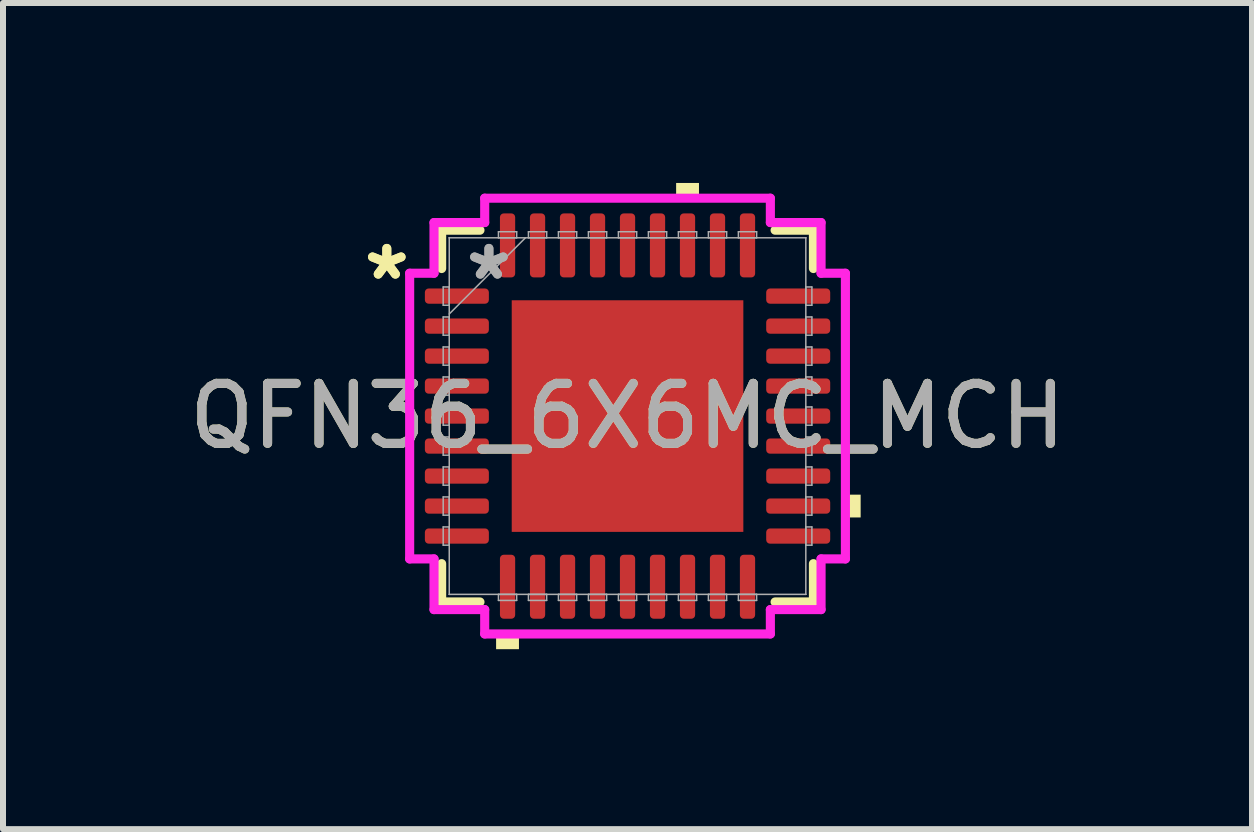
<source format=kicad_pcb>
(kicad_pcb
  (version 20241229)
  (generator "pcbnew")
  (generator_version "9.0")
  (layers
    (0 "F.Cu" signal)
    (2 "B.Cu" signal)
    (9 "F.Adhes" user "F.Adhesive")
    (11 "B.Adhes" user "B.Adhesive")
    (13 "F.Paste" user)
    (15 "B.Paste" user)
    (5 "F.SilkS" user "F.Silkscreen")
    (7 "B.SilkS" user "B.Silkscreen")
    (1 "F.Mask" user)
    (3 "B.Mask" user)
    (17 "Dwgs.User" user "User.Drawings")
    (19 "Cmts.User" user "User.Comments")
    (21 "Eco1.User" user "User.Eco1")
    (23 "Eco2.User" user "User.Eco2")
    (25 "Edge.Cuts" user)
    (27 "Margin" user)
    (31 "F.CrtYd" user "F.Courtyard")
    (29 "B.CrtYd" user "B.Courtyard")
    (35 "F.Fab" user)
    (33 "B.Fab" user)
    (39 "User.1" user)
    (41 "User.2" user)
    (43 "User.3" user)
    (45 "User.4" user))
  (footprint "QFN36_6X6MC_MCH"
    (layer "F.Cu")
    (at 7.411 3.886)
    (property "Reference" "QFN36_6X6MC_MCH" (at 0 0 0) (unlocked yes) (layer "F.SilkS") (effects (font (size 1 1) (thickness 0.15))))
    (attr smd)
    (fp_line (start -3.099 -3.099) (end -3.099 -2.46) (stroke (width 0.152) (type solid)) (layer "F.SilkS"))
    (fp_line (start -3.099 2.46) (end -3.099 3.099) (stroke (width 0.152) (type solid)) (layer "F.SilkS"))
    (fp_line (start -3.099 3.099) (end -2.46 3.099) (stroke (width 0.152) (type solid)) (layer "F.SilkS"))
    (fp_line (start -2.46 -3.099) (end -3.099 -3.099) (stroke (width 0.152) (type solid)) (layer "F.SilkS"))
    (fp_line (start 2.46 3.099) (end 3.099 3.099) (stroke (width 0.152) (type solid)) (layer "F.SilkS"))
    (fp_line (start 3.099 -3.099) (end 2.46 -3.099) (stroke (width 0.152) (type solid)) (layer "F.SilkS"))
    (fp_line (start 3.099 -2.46) (end 3.099 -3.099) (stroke (width 0.152) (type solid)) (layer "F.SilkS"))
    (fp_line (start 3.099 3.099) (end 3.099 2.46) (stroke (width 0.152) (type solid)) (layer "F.SilkS"))
    (fp_poly (pts (xy -2.191 3.632) (xy -2.191 3.886) (xy -1.81 3.886) (xy -1.81 3.632)) (stroke (width 0) (type solid)) (fill yes) (layer "F.SilkS"))
    (fp_poly (pts (xy 0.81 -3.632) (xy 0.81 -3.886) (xy 1.191 -3.886) (xy 1.191 -3.632)) (stroke (width 0) (type solid)) (fill yes) (layer "F.SilkS"))
    (fp_poly (pts (xy 3.886 1.31) (xy 3.886 1.69) (xy 3.632 1.69) (xy 3.632 1.31)) (stroke (width 0) (type solid)) (fill yes) (layer "F.SilkS"))
    (fp_poly (pts (xy -1.83 -1.83) (xy -1.83 -0.743) (xy -0.743 -0.743) (xy -0.743 -1.83)) (stroke (width 0) (type solid)) (fill yes) (layer "F.Paste"))
    (fp_poly (pts (xy -1.83 -0.543) (xy -1.83 0.543) (xy -0.743 0.543) (xy -0.743 -0.543)) (stroke (width 0) (type solid)) (fill yes) (layer "F.Paste"))
    (fp_poly (pts (xy -1.83 0.743) (xy -1.83 1.83) (xy -0.743 1.83) (xy -0.743 0.743)) (stroke (width 0) (type solid)) (fill yes) (layer "F.Paste"))
    (fp_poly (pts (xy -0.543 -1.83) (xy -0.543 -0.743) (xy 0.543 -0.743) (xy 0.543 -1.83)) (stroke (width 0) (type solid)) (fill yes) (layer "F.Paste"))
    (fp_poly (pts (xy -0.543 -0.543) (xy -0.543 0.543) (xy 0.543 0.543) (xy 0.543 -0.543)) (stroke (width 0) (type solid)) (fill yes) (layer "F.Paste"))
    (fp_poly (pts (xy -0.543 0.743) (xy -0.543 1.83) (xy 0.543 1.83) (xy 0.543 0.743)) (stroke (width 0) (type solid)) (fill yes) (layer "F.Paste"))
    (fp_poly (pts (xy 0.743 -1.83) (xy 0.743 -0.743) (xy 1.83 -0.743) (xy 1.83 -1.83)) (stroke (width 0) (type solid)) (fill yes) (layer "F.Paste"))
    (fp_poly (pts (xy 0.743 -0.543) (xy 0.743 0.543) (xy 1.83 0.543) (xy 1.83 -0.543)) (stroke (width 0) (type solid)) (fill yes) (layer "F.Paste"))
    (fp_poly (pts (xy 0.743 0.743) (xy 0.743 1.83) (xy 1.83 1.83) (xy 1.83 0.743)) (stroke (width 0) (type solid)) (fill yes) (layer "F.Paste"))
    (fp_line (start -3.632 -2.381) (end -3.226 -2.381) (stroke (width 0.152) (type solid)) (layer "F.CrtYd"))
    (fp_line (start -3.632 2.381) (end -3.632 -2.381) (stroke (width 0.152) (type solid)) (layer "F.CrtYd"))
    (fp_line (start -3.226 -3.226) (end -2.381 -3.226) (stroke (width 0.152) (type solid)) (layer "F.CrtYd"))
    (fp_line (start -3.226 -2.381) (end -3.226 -3.226) (stroke (width 0.152) (type solid)) (layer "F.CrtYd"))
    (fp_line (start -3.226 2.381) (end -3.632 2.381) (stroke (width 0.152) (type solid)) (layer "F.CrtYd"))
    (fp_line (start -3.226 3.226) (end -3.226 2.381) (stroke (width 0.152) (type solid)) (layer "F.CrtYd"))
    (fp_line (start -2.381 -3.632) (end 2.381 -3.632) (stroke (width 0.152) (type solid)) (layer "F.CrtYd"))
    (fp_line (start -2.381 -3.226) (end -2.381 -3.632) (stroke (width 0.152) (type solid)) (layer "F.CrtYd"))
    (fp_line (start -2.381 3.226) (end -3.226 3.226) (stroke (width 0.152) (type solid)) (layer "F.CrtYd"))
    (fp_line (start -2.381 3.632) (end -2.381 3.226) (stroke (width 0.152) (type solid)) (layer "F.CrtYd"))
    (fp_line (start 2.381 -3.632) (end 2.381 -3.226) (stroke (width 0.152) (type solid)) (layer "F.CrtYd"))
    (fp_line (start 2.381 -3.226) (end 3.226 -3.226) (stroke (width 0.152) (type solid)) (layer "F.CrtYd"))
    (fp_line (start 2.381 3.226) (end 2.381 3.632) (stroke (width 0.152) (type solid)) (layer "F.CrtYd"))
    (fp_line (start 2.381 3.632) (end -2.381 3.632) (stroke (width 0.152) (type solid)) (layer "F.CrtYd"))
    (fp_line (start 3.226 -3.226) (end 3.226 -2.381) (stroke (width 0.152) (type solid)) (layer "F.CrtYd"))
    (fp_line (start 3.226 -2.381) (end 3.632 -2.381) (stroke (width 0.152) (type solid)) (layer "F.CrtYd"))
    (fp_line (start 3.226 2.381) (end 3.226 3.226) (stroke (width 0.152) (type solid)) (layer "F.CrtYd"))
    (fp_line (start 3.226 3.226) (end 2.381 3.226) (stroke (width 0.152) (type solid)) (layer "F.CrtYd"))
    (fp_line (start 3.632 -2.381) (end 3.632 2.381) (stroke (width 0.152) (type solid)) (layer "F.CrtYd"))
    (fp_line (start 3.632 2.381) (end 3.226 2.381) (stroke (width 0.152) (type solid)) (layer "F.CrtYd"))
    (fp_line (start -3.073 -2.152) (end -3.073 -1.848) (stroke (width 0.025) (type solid)) (layer "F.Fab"))
    (fp_line (start -3.073 -1.848) (end -2.972 -1.848) (stroke (width 0.025) (type solid)) (layer "F.Fab"))
    (fp_line (start -3.073 -1.652) (end -3.073 -1.348) (stroke (width 0.025) (type solid)) (layer "F.Fab"))
    (fp_line (start -3.073 -1.348) (end -2.972 -1.348) (stroke (width 0.025) (type solid)) (layer "F.Fab"))
    (fp_line (start -3.073 -1.152) (end -3.073 -0.848) (stroke (width 0.025) (type solid)) (layer "F.Fab"))
    (fp_line (start -3.073 -0.848) (end -2.972 -0.848) (stroke (width 0.025) (type solid)) (layer "F.Fab"))
    (fp_line (start -3.073 -0.652) (end -3.073 -0.348) (stroke (width 0.025) (type solid)) (layer "F.Fab"))
    (fp_line (start -3.073 -0.348) (end -2.972 -0.348) (stroke (width 0.025) (type solid)) (layer "F.Fab"))
    (fp_line (start -3.073 -0.152) (end -3.073 0.152) (stroke (width 0.025) (type solid)) (layer "F.Fab"))
    (fp_line (start -3.073 0.152) (end -2.972 0.152) (stroke (width 0.025) (type solid)) (layer "F.Fab"))
    (fp_line (start -3.073 0.348) (end -3.073 0.652) (stroke (width 0.025) (type solid)) (layer "F.Fab"))
    (fp_line (start -3.073 0.652) (end -2.972 0.652) (stroke (width 0.025) (type solid)) (layer "F.Fab"))
    (fp_line (start -3.073 0.848) (end -3.073 1.152) (stroke (width 0.025) (type solid)) (layer "F.Fab"))
    (fp_line (start -3.073 1.152) (end -2.972 1.152) (stroke (width 0.025) (type solid)) (layer "F.Fab"))
    (fp_line (start -3.073 1.348) (end -3.073 1.652) (stroke (width 0.025) (type solid)) (layer "F.Fab"))
    (fp_line (start -3.073 1.652) (end -2.972 1.652) (stroke (width 0.025) (type solid)) (layer "F.Fab"))
    (fp_line (start -3.073 1.848) (end -3.073 2.152) (stroke (width 0.025) (type solid)) (layer "F.Fab"))
    (fp_line (start -3.073 2.152) (end -2.972 2.152) (stroke (width 0.025) (type solid)) (layer "F.Fab"))
    (fp_line (start -2.972 -2.972) (end -2.972 -2.972) (stroke (width 0.025) (type solid)) (layer "F.Fab"))
    (fp_line (start -2.972 -2.972) (end -2.972 2.972) (stroke (width 0.025) (type solid)) (layer "F.Fab"))
    (fp_line (start -2.972 -2.152) (end -3.073 -2.152) (stroke (width 0.025) (type solid)) (layer "F.Fab"))
    (fp_line (start -2.972 -1.848) (end -2.972 -2.152) (stroke (width 0.025) (type solid)) (layer "F.Fab"))
    (fp_line (start -2.972 -1.702) (end -1.702 -2.972) (stroke (width 0.025) (type solid)) (layer "F.Fab"))
    (fp_line (start -2.972 -1.652) (end -3.073 -1.652) (stroke (width 0.025) (type solid)) (layer "F.Fab"))
    (fp_line (start -2.972 -1.348) (end -2.972 -1.652) (stroke (width 0.025) (type solid)) (layer "F.Fab"))
    (fp_line (start -2.972 -1.152) (end -3.073 -1.152) (stroke (width 0.025) (type solid)) (layer "F.Fab"))
    (fp_line (start -2.972 -0.848) (end -2.972 -1.152) (stroke (width 0.025) (type solid)) (layer "F.Fab"))
    (fp_line (start -2.972 -0.652) (end -3.073 -0.652) (stroke (width 0.025) (type solid)) (layer "F.Fab"))
    (fp_line (start -2.972 -0.348) (end -2.972 -0.652) (stroke (width 0.025) (type solid)) (layer "F.Fab"))
    (fp_line (start -2.972 -0.152) (end -3.073 -0.152) (stroke (width 0.025) (type solid)) (layer "F.Fab"))
    (fp_line (start -2.972 0.152) (end -2.972 -0.152) (stroke (width 0.025) (type solid)) (layer "F.Fab"))
    (fp_line (start -2.972 0.348) (end -3.073 0.348) (stroke (width 0.025) (type solid)) (layer "F.Fab"))
    (fp_line (start -2.972 0.652) (end -2.972 0.348) (stroke (width 0.025) (type solid)) (layer "F.Fab"))
    (fp_line (start -2.972 0.848) (end -3.073 0.848) (stroke (width 0.025) (type solid)) (layer "F.Fab"))
    (fp_line (start -2.972 1.152) (end -2.972 0.848) (stroke (width 0.025) (type solid)) (layer "F.Fab"))
    (fp_line (start -2.972 1.348) (end -3.073 1.348) (stroke (width 0.025) (type solid)) (layer "F.Fab"))
    (fp_line (start -2.972 1.652) (end -2.972 1.348) (stroke (width 0.025) (type solid)) (layer "F.Fab"))
    (fp_line (start -2.972 1.848) (end -3.073 1.848) (stroke (width 0.025) (type solid)) (layer "F.Fab"))
    (fp_line (start -2.972 2.152) (end -2.972 1.848) (stroke (width 0.025) (type solid)) (layer "F.Fab"))
    (fp_line (start -2.972 2.972) (end -2.972 2.972) (stroke (width 0.025) (type solid)) (layer "F.Fab"))
    (fp_line (start -2.972 2.972) (end 2.972 2.972) (stroke (width 0.025) (type solid)) (layer "F.Fab"))
    (fp_line (start -2.152 -3.073) (end -2.152 -2.972) (stroke (width 0.025) (type solid)) (layer "F.Fab"))
    (fp_line (start -2.152 -2.972) (end -1.848 -2.972) (stroke (width 0.025) (type solid)) (layer "F.Fab"))
    (fp_line (start -2.152 2.972) (end -2.152 3.073) (stroke (width 0.025) (type solid)) (layer "F.Fab"))
    (fp_line (start -2.152 3.073) (end -1.848 3.073) (stroke (width 0.025) (type solid)) (layer "F.Fab"))
    (fp_line (start -1.848 -3.073) (end -2.152 -3.073) (stroke (width 0.025) (type solid)) (layer "F.Fab"))
    (fp_line (start -1.848 -2.972) (end -1.848 -3.073) (stroke (width 0.025) (type solid)) (layer "F.Fab"))
    (fp_line (start -1.848 2.972) (end -2.152 2.972) (stroke (width 0.025) (type solid)) (layer "F.Fab"))
    (fp_line (start -1.848 3.073) (end -1.848 2.972) (stroke (width 0.025) (type solid)) (layer "F.Fab"))
    (fp_line (start -1.652 -3.073) (end -1.652 -2.972) (stroke (width 0.025) (type solid)) (layer "F.Fab"))
    (fp_line (start -1.652 -2.972) (end -1.348 -2.972) (stroke (width 0.025) (type solid)) (layer "F.Fab"))
    (fp_line (start -1.652 2.972) (end -1.652 3.073) (stroke (width 0.025) (type solid)) (layer "F.Fab"))
    (fp_line (start -1.652 3.073) (end -1.348 3.073) (stroke (width 0.025) (type solid)) (layer "F.Fab"))
    (fp_line (start -1.348 -3.073) (end -1.652 -3.073) (stroke (width 0.025) (type solid)) (layer "F.Fab"))
    (fp_line (start -1.348 -2.972) (end -1.348 -3.073) (stroke (width 0.025) (type solid)) (layer "F.Fab"))
    (fp_line (start -1.348 2.972) (end -1.652 2.972) (stroke (width 0.025) (type solid)) (layer "F.Fab"))
    (fp_line (start -1.348 3.073) (end -1.348 2.972) (stroke (width 0.025) (type solid)) (layer "F.Fab"))
    (fp_line (start -1.152 -3.073) (end -1.152 -2.972) (stroke (width 0.025) (type solid)) (layer "F.Fab"))
    (fp_line (start -1.152 -2.972) (end -0.848 -2.972) (stroke (width 0.025) (type solid)) (layer "F.Fab"))
    (fp_line (start -1.152 2.972) (end -1.152 3.073) (stroke (width 0.025) (type solid)) (layer "F.Fab"))
    (fp_line (start -1.152 3.073) (end -0.848 3.073) (stroke (width 0.025) (type solid)) (layer "F.Fab"))
    (fp_line (start -0.848 -3.073) (end -1.152 -3.073) (stroke (width 0.025) (type solid)) (layer "F.Fab"))
    (fp_line (start -0.848 -2.972) (end -0.848 -3.073) (stroke (width 0.025) (type solid)) (layer "F.Fab"))
    (fp_line (start -0.848 2.972) (end -1.152 2.972) (stroke (width 0.025) (type solid)) (layer "F.Fab"))
    (fp_line (start -0.848 3.073) (end -0.848 2.972) (stroke (width 0.025) (type solid)) (layer "F.Fab"))
    (fp_line (start -0.652 -3.073) (end -0.652 -2.972) (stroke (width 0.025) (type solid)) (layer "F.Fab"))
    (fp_line (start -0.652 -2.972) (end -0.348 -2.972) (stroke (width 0.025) (type solid)) (layer "F.Fab"))
    (fp_line (start -0.652 2.972) (end -0.652 3.073) (stroke (width 0.025) (type solid)) (layer "F.Fab"))
    (fp_line (start -0.652 3.073) (end -0.348 3.073) (stroke (width 0.025) (type solid)) (layer "F.Fab"))
    (fp_line (start -0.348 -3.073) (end -0.652 -3.073) (stroke (width 0.025) (type solid)) (layer "F.Fab"))
    (fp_line (start -0.348 -2.972) (end -0.348 -3.073) (stroke (width 0.025) (type solid)) (layer "F.Fab"))
    (fp_line (start -0.348 2.972) (end -0.652 2.972) (stroke (width 0.025) (type solid)) (layer "F.Fab"))
    (fp_line (start -0.348 3.073) (end -0.348 2.972) (stroke (width 0.025) (type solid)) (layer "F.Fab"))
    (fp_line (start -0.152 -3.073) (end -0.152 -2.972) (stroke (width 0.025) (type solid)) (layer "F.Fab"))
    (fp_line (start -0.152 -2.972) (end 0.152 -2.972) (stroke (width 0.025) (type solid)) (layer "F.Fab"))
    (fp_line (start -0.152 2.972) (end -0.152 3.073) (stroke (width 0.025) (type solid)) (layer "F.Fab"))
    (fp_line (start -0.152 3.073) (end 0.152 3.073) (stroke (width 0.025) (type solid)) (layer "F.Fab"))
    (fp_line (start 0.152 -3.073) (end -0.152 -3.073) (stroke (width 0.025) (type solid)) (layer "F.Fab"))
    (fp_line (start 0.152 -2.972) (end 0.152 -3.073) (stroke (width 0.025) (type solid)) (layer "F.Fab"))
    (fp_line (start 0.152 2.972) (end -0.152 2.972) (stroke (width 0.025) (type solid)) (layer "F.Fab"))
    (fp_line (start 0.152 3.073) (end 0.152 2.972) (stroke (width 0.025) (type solid)) (layer "F.Fab"))
    (fp_line (start 0.348 -3.073) (end 0.348 -2.972) (stroke (width 0.025) (type solid)) (layer "F.Fab"))
    (fp_line (start 0.348 -2.972) (end 0.652 -2.972) (stroke (width 0.025) (type solid)) (layer "F.Fab"))
    (fp_line (start 0.348 2.972) (end 0.348 3.073) (stroke (width 0.025) (type solid)) (layer "F.Fab"))
    (fp_line (start 0.348 3.073) (end 0.652 3.073) (stroke (width 0.025) (type solid)) (layer "F.Fab"))
    (fp_line (start 0.652 -3.073) (end 0.348 -3.073) (stroke (width 0.025) (type solid)) (layer "F.Fab"))
    (fp_line (start 0.652 -2.972) (end 0.652 -3.073) (stroke (width 0.025) (type solid)) (layer "F.Fab"))
    (fp_line (start 0.652 2.972) (end 0.348 2.972) (stroke (width 0.025) (type solid)) (layer "F.Fab"))
    (fp_line (start 0.652 3.073) (end 0.652 2.972) (stroke (width 0.025) (type solid)) (layer "F.Fab"))
    (fp_line (start 0.848 -3.073) (end 0.848 -2.972) (stroke (width 0.025) (type solid)) (layer "F.Fab"))
    (fp_line (start 0.848 -2.972) (end 1.152 -2.972) (stroke (width 0.025) (type solid)) (layer "F.Fab"))
    (fp_line (start 0.848 2.972) (end 0.848 3.073) (stroke (width 0.025) (type solid)) (layer "F.Fab"))
    (fp_line (start 0.848 3.073) (end 1.152 3.073) (stroke (width 0.025) (type solid)) (layer "F.Fab"))
    (fp_line (start 1.152 -3.073) (end 0.848 -3.073) (stroke (width 0.025) (type solid)) (layer "F.Fab"))
    (fp_line (start 1.152 -2.972) (end 1.152 -3.073) (stroke (width 0.025) (type solid)) (layer "F.Fab"))
    (fp_line (start 1.152 2.972) (end 0.848 2.972) (stroke (width 0.025) (type solid)) (layer "F.Fab"))
    (fp_line (start 1.152 3.073) (end 1.152 2.972) (stroke (width 0.025) (type solid)) (layer "F.Fab"))
    (fp_line (start 1.348 -3.073) (end 1.348 -2.972) (stroke (width 0.025) (type solid)) (layer "F.Fab"))
    (fp_line (start 1.348 -2.972) (end 1.652 -2.972) (stroke (width 0.025) (type solid)) (layer "F.Fab"))
    (fp_line (start 1.348 2.972) (end 1.348 3.073) (stroke (width 0.025) (type solid)) (layer "F.Fab"))
    (fp_line (start 1.348 3.073) (end 1.652 3.073) (stroke (width 0.025) (type solid)) (layer "F.Fab"))
    (fp_line (start 1.652 -3.073) (end 1.348 -3.073) (stroke (width 0.025) (type solid)) (layer "F.Fab"))
    (fp_line (start 1.652 -2.972) (end 1.652 -3.073) (stroke (width 0.025) (type solid)) (layer "F.Fab"))
    (fp_line (start 1.652 2.972) (end 1.348 2.972) (stroke (width 0.025) (type solid)) (layer "F.Fab"))
    (fp_line (start 1.652 3.073) (end 1.652 2.972) (stroke (width 0.025) (type solid)) (layer "F.Fab"))
    (fp_line (start 1.848 -3.073) (end 1.848 -2.972) (stroke (width 0.025) (type solid)) (layer "F.Fab"))
    (fp_line (start 1.848 -2.972) (end 2.152 -2.972) (stroke (width 0.025) (type solid)) (layer "F.Fab"))
    (fp_line (start 1.848 2.972) (end 1.848 3.073) (stroke (width 0.025) (type solid)) (layer "F.Fab"))
    (fp_line (start 1.848 3.073) (end 2.152 3.073) (stroke (width 0.025) (type solid)) (layer "F.Fab"))
    (fp_line (start 2.152 -3.073) (end 1.848 -3.073) (stroke (width 0.025) (type solid)) (layer "F.Fab"))
    (fp_line (start 2.152 -2.972) (end 2.152 -3.073) (stroke (width 0.025) (type solid)) (layer "F.Fab"))
    (fp_line (start 2.152 2.972) (end 1.848 2.972) (stroke (width 0.025) (type solid)) (layer "F.Fab"))
    (fp_line (start 2.152 3.073) (end 2.152 2.972) (stroke (width 0.025) (type solid)) (layer "F.Fab"))
    (fp_line (start 2.972 -2.972) (end -2.972 -2.972) (stroke (width 0.025) (type solid)) (layer "F.Fab"))
    (fp_line (start 2.972 -2.972) (end 2.972 -2.972) (stroke (width 0.025) (type solid)) (layer "F.Fab"))
    (fp_line (start 2.972 -2.152) (end 2.972 -1.848) (stroke (width 0.025) (type solid)) (layer "F.Fab"))
    (fp_line (start 2.972 -1.848) (end 3.073 -1.848) (stroke (width 0.025) (type solid)) (layer "F.Fab"))
    (fp_line (start 2.972 -1.652) (end 2.972 -1.348) (stroke (width 0.025) (type solid)) (layer "F.Fab"))
    (fp_line (start 2.972 -1.348) (end 3.073 -1.348) (stroke (width 0.025) (type solid)) (layer "F.Fab"))
    (fp_line (start 2.972 -1.152) (end 2.972 -0.848) (stroke (width 0.025) (type solid)) (layer "F.Fab"))
    (fp_line (start 2.972 -0.848) (end 3.073 -0.848) (stroke (width 0.025) (type solid)) (layer "F.Fab"))
    (fp_line (start 2.972 -0.652) (end 2.972 -0.348) (stroke (width 0.025) (type solid)) (layer "F.Fab"))
    (fp_line (start 2.972 -0.348) (end 3.073 -0.348) (stroke (width 0.025) (type solid)) (layer "F.Fab"))
    (fp_line (start 2.972 -0.152) (end 2.972 0.152) (stroke (width 0.025) (type solid)) (layer "F.Fab"))
    (fp_line (start 2.972 0.152) (end 3.073 0.152) (stroke (width 0.025) (type solid)) (layer "F.Fab"))
    (fp_line (start 2.972 0.348) (end 2.972 0.652) (stroke (width 0.025) (type solid)) (layer "F.Fab"))
    (fp_line (start 2.972 0.652) (end 3.073 0.652) (stroke (width 0.025) (type solid)) (layer "F.Fab"))
    (fp_line (start 2.972 0.848) (end 2.972 1.152) (stroke (width 0.025) (type solid)) (layer "F.Fab"))
    (fp_line (start 2.972 1.152) (end 3.073 1.152) (stroke (width 0.025) (type solid)) (layer "F.Fab"))
    (fp_line (start 2.972 1.348) (end 2.972 1.652) (stroke (width 0.025) (type solid)) (layer "F.Fab"))
    (fp_line (start 2.972 1.652) (end 3.073 1.652) (stroke (width 0.025) (type solid)) (layer "F.Fab"))
    (fp_line (start 2.972 1.848) (end 2.972 2.152) (stroke (width 0.025) (type solid)) (layer "F.Fab"))
    (fp_line (start 2.972 2.152) (end 3.073 2.152) (stroke (width 0.025) (type solid)) (layer "F.Fab"))
    (fp_line (start 2.972 2.972) (end 2.972 -2.972) (stroke (width 0.025) (type solid)) (layer "F.Fab"))
    (fp_line (start 2.972 2.972) (end 2.972 2.972) (stroke (width 0.025) (type solid)) (layer "F.Fab"))
    (fp_line (start 3.073 -2.152) (end 2.972 -2.152) (stroke (width 0.025) (type solid)) (layer "F.Fab"))
    (fp_line (start 3.073 -1.848) (end 3.073 -2.152) (stroke (width 0.025) (type solid)) (layer "F.Fab"))
    (fp_line (start 3.073 -1.652) (end 2.972 -1.652) (stroke (width 0.025) (type solid)) (layer "F.Fab"))
    (fp_line (start 3.073 -1.348) (end 3.073 -1.652) (stroke (width 0.025) (type solid)) (layer "F.Fab"))
    (fp_line (start 3.073 -1.152) (end 2.972 -1.152) (stroke (width 0.025) (type solid)) (layer "F.Fab"))
    (fp_line (start 3.073 -0.848) (end 3.073 -1.152) (stroke (width 0.025) (type solid)) (layer "F.Fab"))
    (fp_line (start 3.073 -0.652) (end 2.972 -0.652) (stroke (width 0.025) (type solid)) (layer "F.Fab"))
    (fp_line (start 3.073 -0.348) (end 3.073 -0.652) (stroke (width 0.025) (type solid)) (layer "F.Fab"))
    (fp_line (start 3.073 -0.152) (end 2.972 -0.152) (stroke (width 0.025) (type solid)) (layer "F.Fab"))
    (fp_line (start 3.073 0.152) (end 3.073 -0.152) (stroke (width 0.025) (type solid)) (layer "F.Fab"))
    (fp_line (start 3.073 0.348) (end 2.972 0.348) (stroke (width 0.025) (type solid)) (layer "F.Fab"))
    (fp_line (start 3.073 0.652) (end 3.073 0.348) (stroke (width 0.025) (type solid)) (layer "F.Fab"))
    (fp_line (start 3.073 0.848) (end 2.972 0.848) (stroke (width 0.025) (type solid)) (layer "F.Fab"))
    (fp_line (start 3.073 1.152) (end 3.073 0.848) (stroke (width 0.025) (type solid)) (layer "F.Fab"))
    (fp_line (start 3.073 1.348) (end 2.972 1.348) (stroke (width 0.025) (type solid)) (layer "F.Fab"))
    (fp_line (start 3.073 1.652) (end 3.073 1.348) (stroke (width 0.025) (type solid)) (layer "F.Fab"))
    (fp_line (start 3.073 1.848) (end 2.972 1.848) (stroke (width 0.025) (type solid)) (layer "F.Fab"))
    (fp_line (start 3.073 2.152) (end 3.073 1.848) (stroke (width 0.025) (type solid)) (layer "F.Fab"))
    (fp_text user "*" (at -4.013 -2.25 0) (unlocked yes) (layer "F.SilkS") (effects (font (size 1 1) (thickness 0.15))))
    (fp_text user "*" (at -4.013 -2.25 0) (layer "F.SilkS") (effects (font (size 1 1) (thickness 0.15))))
    (fp_text user "*" (at -2.311 -2.25 0) (layer "F.Fab") (effects (font (size 1 1) (thickness 0.15))))
    (fp_text user "*" (at -2.311 -2.25 0) (unlocked yes) (layer "F.Fab") (effects (font (size 1 1) (thickness 0.15))))
    (fp_text user "${REFERENCE}" (at 0 0 0) (unlocked yes) (layer "F.Fab") (effects (font (size 1 1) (thickness 0.15))))
    (pad "1" smd roundrect (at -2.845 -2 90) (size 0.254 1.067) (layers "F.Cu" "F.Mask" "F.Paste") (roundrect_rratio 0.25))
    (pad "2" smd roundrect (at -2.845 -1.5 90) (size 0.254 1.067) (layers "F.Cu" "F.Mask" "F.Paste") (roundrect_rratio 0.25))
    (pad "3" smd roundrect (at -2.845 -1 90) (size 0.254 1.067) (layers "F.Cu" "F.Mask" "F.Paste") (roundrect_rratio 0.25))
    (pad "4" smd roundrect (at -2.845 -0.5 90) (size 0.254 1.067) (layers "F.Cu" "F.Mask" "F.Paste") (roundrect_rratio 0.25))
    (pad "5" smd roundrect (at -2.845 0 90) (size 0.254 1.067) (layers "F.Cu" "F.Mask" "F.Paste") (roundrect_rratio 0.25))
    (pad "6" smd roundrect (at -2.845 0.5 90) (size 0.254 1.067) (layers "F.Cu" "F.Mask" "F.Paste") (roundrect_rratio 0.25))
    (pad "7" smd roundrect (at -2.845 1 90) (size 0.254 1.067) (layers "F.Cu" "F.Mask" "F.Paste") (roundrect_rratio 0.25))
    (pad "8" smd roundrect (at -2.845 1.5 90) (size 0.254 1.067) (layers "F.Cu" "F.Mask" "F.Paste") (roundrect_rratio 0.25))
    (pad "9" smd roundrect (at -2.845 2 90) (size 0.254 1.067) (layers "F.Cu" "F.Mask" "F.Paste") (roundrect_rratio 0.25))
    (pad "10" smd roundrect (at -2 2.845) (size 0.254 1.067) (layers "F.Cu" "F.Mask" "F.Paste") (roundrect_rratio 0.25))
    (pad "11" smd roundrect (at -1.5 2.845) (size 0.254 1.067) (layers "F.Cu" "F.Mask" "F.Paste") (roundrect_rratio 0.25))
    (pad "12" smd roundrect (at -1 2.845) (size 0.254 1.067) (layers "F.Cu" "F.Mask" "F.Paste") (roundrect_rratio 0.25))
    (pad "13" smd roundrect (at -0.5 2.845) (size 0.254 1.067) (layers "F.Cu" "F.Mask" "F.Paste") (roundrect_rratio 0.25))
    (pad "14" smd roundrect (at 0 2.845) (size 0.254 1.067) (layers "F.Cu" "F.Mask" "F.Paste") (roundrect_rratio 0.25))
    (pad "15" smd roundrect (at 0.5 2.845) (size 0.254 1.067) (layers "F.Cu" "F.Mask" "F.Paste") (roundrect_rratio 0.25))
    (pad "16" smd roundrect (at 1 2.845) (size 0.254 1.067) (layers "F.Cu" "F.Mask" "F.Paste") (roundrect_rratio 0.25))
    (pad "17" smd roundrect (at 1.5 2.845) (size 0.254 1.067) (layers "F.Cu" "F.Mask" "F.Paste") (roundrect_rratio 0.25))
    (pad "18" smd roundrect (at 2 2.845) (size 0.254 1.067) (layers "F.Cu" "F.Mask" "F.Paste") (roundrect_rratio 0.25))
    (pad "19" smd roundrect (at 2.845 2 90) (size 0.254 1.067) (layers "F.Cu" "F.Mask" "F.Paste") (roundrect_rratio 0.25))
    (pad "20" smd roundrect (at 2.845 1.5 90) (size 0.254 1.067) (layers "F.Cu" "F.Mask" "F.Paste") (roundrect_rratio 0.25))
    (pad "21" smd roundrect (at 2.845 1 90) (size 0.254 1.067) (layers "F.Cu" "F.Mask" "F.Paste") (roundrect_rratio 0.25))
    (pad "22" smd roundrect (at 2.845 0.5 90) (size 0.254 1.067) (layers "F.Cu" "F.Mask" "F.Paste") (roundrect_rratio 0.25))
    (pad "23" smd roundrect (at 2.845 0 90) (size 0.254 1.067) (layers "F.Cu" "F.Mask" "F.Paste") (roundrect_rratio 0.25))
    (pad "24" smd roundrect (at 2.845 -0.5 90) (size 0.254 1.067) (layers "F.Cu" "F.Mask" "F.Paste") (roundrect_rratio 0.25))
    (pad "25" smd roundrect (at 2.845 -1 90) (size 0.254 1.067) (layers "F.Cu" "F.Mask" "F.Paste") (roundrect_rratio 0.25))
    (pad "26" smd roundrect (at 2.845 -1.5 90) (size 0.254 1.067) (layers "F.Cu" "F.Mask" "F.Paste") (roundrect_rratio 0.25))
    (pad "27" smd roundrect (at 2.845 -2 90) (size 0.254 1.067) (layers "F.Cu" "F.Mask" "F.Paste") (roundrect_rratio 0.25))
    (pad "28" smd roundrect (at 2 -2.845) (size 0.254 1.067) (layers "F.Cu" "F.Mask" "F.Paste") (roundrect_rratio 0.25))
    (pad "29" smd roundrect (at 1.5 -2.845) (size 0.254 1.067) (layers "F.Cu" "F.Mask" "F.Paste") (roundrect_rratio 0.25))
    (pad "30" smd roundrect (at 1 -2.845) (size 0.254 1.067) (layers "F.Cu" "F.Mask" "F.Paste") (roundrect_rratio 0.25))
    (pad "31" smd roundrect (at 0.5 -2.845) (size 0.254 1.067) (layers "F.Cu" "F.Mask" "F.Paste") (roundrect_rratio 0.25))
    (pad "32" smd roundrect (at 0 -2.845) (size 0.254 1.067) (layers "F.Cu" "F.Mask" "F.Paste") (roundrect_rratio 0.25))
    (pad "33" smd roundrect (at -0.5 -2.845) (size 0.254 1.067) (layers "F.Cu" "F.Mask" "F.Paste") (roundrect_rratio 0.25))
    (pad "34" smd roundrect (at -1 -2.845) (size 0.254 1.067) (layers "F.Cu" "F.Mask" "F.Paste") (roundrect_rratio 0.25))
    (pad "35" smd roundrect (at -1.5 -2.845) (size 0.254 1.067) (layers "F.Cu" "F.Mask" "F.Paste") (roundrect_rratio 0.25))
    (pad "36" smd roundrect (at -2 -2.845) (size 0.254 1.067) (layers "F.Cu" "F.Mask" "F.Paste") (roundrect_rratio 0.25))
    (pad "37" smd rect (at 0 0) (size 3.861 3.861) (layers "F.Cu" "F.Mask" "F.Paste")))
  (gr_rect
    (start -3 -3)
    (end 17.821 10.772)
    (stroke (width 0.1) (type default))
    (fill no)
    (layer "Edge.Cuts")))
</source>
